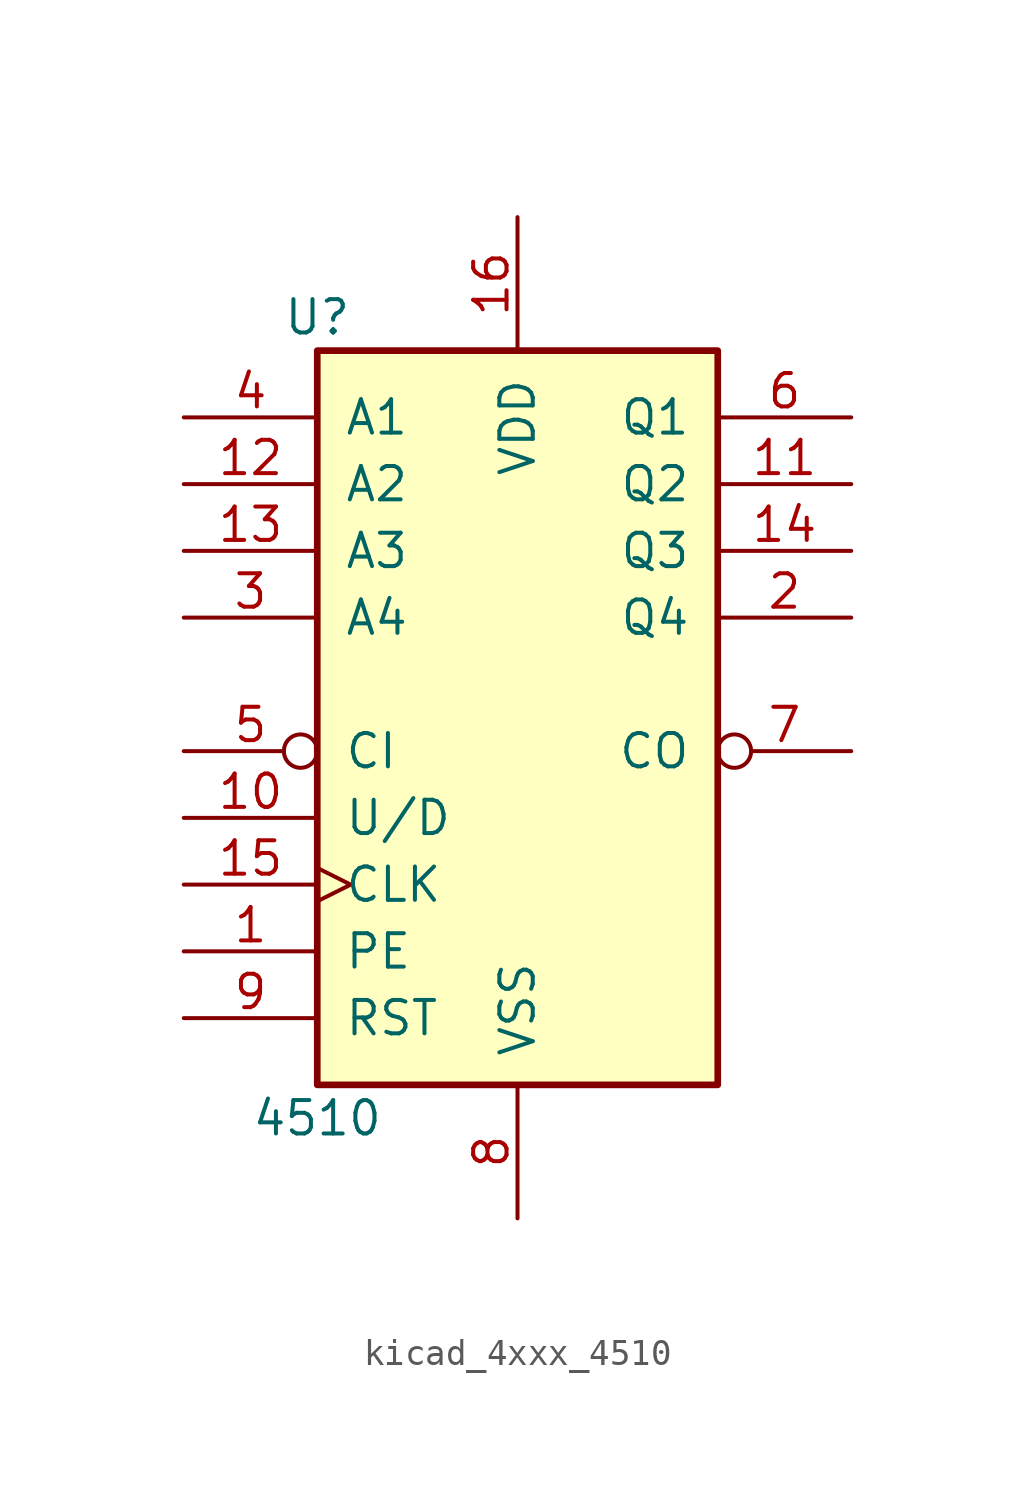
<source format=kicad_sym>
(kicad_symbol_lib
  (version 20220914)
  (generator kicad_symbol_editor)
  (symbol "kicad_4xxx_4510"
    (pin_names
      (offset 1.016))
    (property "Reference" "U"
      (at -7.62 13.97 0)
      (effects (font (size 1.27 1.27))))
    (property "Value" "4510"
      (at -7.62 -16.51 0)
      (effects (font (size 1.27 1.27))))
    (property "ki_locked" ""
      (at 0 0 0)
      (effects (font (size 1.27 1.27))))
    (symbol "kicad_4xxx_4510_1_0"
      (pin input line (at -12.7 -10.16 0) (length 5.08) (name "PE" (effects (font (size 1.27 1.27)))) (number "1" (effects (font (size 1.27 1.27)))))
      (pin input line (at -12.7 -5.08 0) (length 5.08) (name "U/D" (effects (font (size 1.27 1.27)))) (number "10" (effects (font (size 1.27 1.27)))))
      (pin output line (at 12.7 7.62 180) (length 5.08) (name "Q2" (effects (font (size 1.27 1.27)))) (number "11" (effects (font (size 1.27 1.27)))))
      (pin input line (at -12.7 7.62 0) (length 5.08) (name "A2" (effects (font (size 1.27 1.27)))) (number "12" (effects (font (size 1.27 1.27)))))
      (pin input line (at -12.7 5.08 0) (length 5.08) (name "A3" (effects (font (size 1.27 1.27)))) (number "13" (effects (font (size 1.27 1.27)))))
      (pin output line (at 12.7 5.08 180) (length 5.08) (name "Q3" (effects (font (size 1.27 1.27)))) (number "14" (effects (font (size 1.27 1.27)))))
      (pin input clock (at -12.7 -7.62 0) (length 5.08) (name "CLK" (effects (font (size 1.27 1.27)))) (number "15" (effects (font (size 1.27 1.27)))))
      (pin power_in line (at 0 17.78 270) (length 5.08) (name "VDD" (effects (font (size 1.27 1.27)))) (number "16" (effects (font (size 1.27 1.27)))))
      (pin output line (at 12.7 2.54 180) (length 5.08) (name "Q4" (effects (font (size 1.27 1.27)))) (number "2" (effects (font (size 1.27 1.27)))))
      (pin input line (at -12.7 2.54 0) (length 5.08) (name "A4" (effects (font (size 1.27 1.27)))) (number "3" (effects (font (size 1.27 1.27)))))
      (pin input line (at -12.7 10.16 0) (length 5.08) (name "A1" (effects (font (size 1.27 1.27)))) (number "4" (effects (font (size 1.27 1.27)))))
      (pin input inverted (at -12.7 -2.54 0) (length 5.08) (name "CI" (effects (font (size 1.27 1.27)))) (number "5" (effects (font (size 1.27 1.27)))))
      (pin output line (at 12.7 10.16 180) (length 5.08) (name "Q1" (effects (font (size 1.27 1.27)))) (number "6" (effects (font (size 1.27 1.27)))))
      (pin output inverted (at 12.7 -2.54 180) (length 5.08) (name "CO" (effects (font (size 1.27 1.27)))) (number "7" (effects (font (size 1.27 1.27)))))
      (pin power_in line (at 0 -20.32 90) (length 5.08) (name "VSS" (effects (font (size 1.27 1.27)))) (number "8" (effects (font (size 1.27 1.27)))))
      (pin input line (at -12.7 -12.7 0) (length 5.08) (name "RST" (effects (font (size 1.27 1.27)))) (number "9" (effects (font (size 1.27 1.27))))))
    (symbol "kicad_4xxx_4510_1_1"
      (rectangle (start -7.62 12.7) (end 7.62 -15.24) (stroke (width 0.254) (type default)) (fill (type background))))))
</source>
